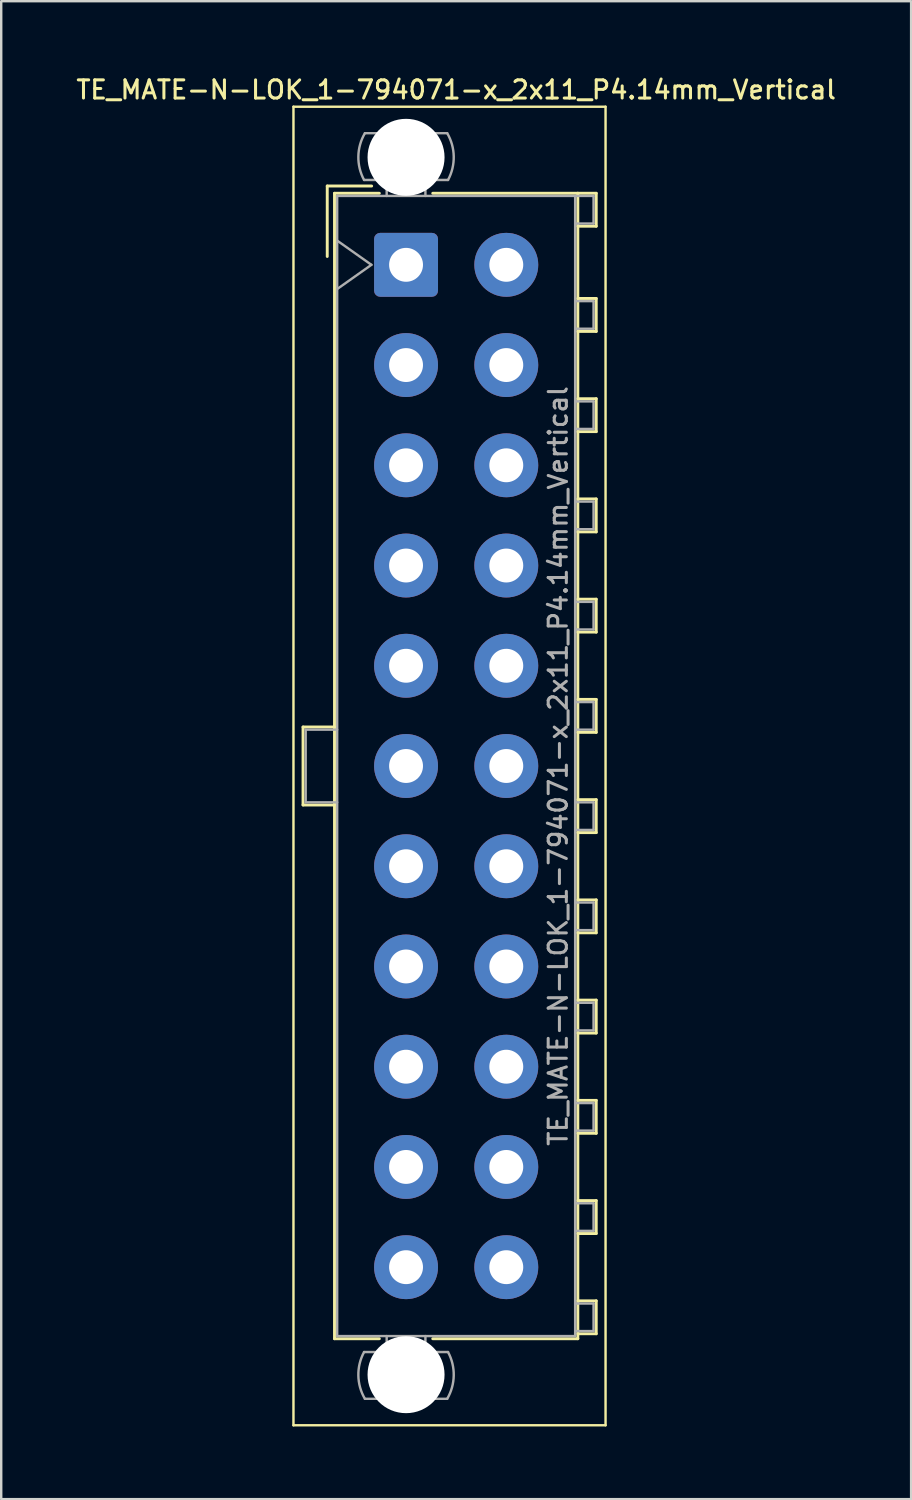
<source format=kicad_pcb>
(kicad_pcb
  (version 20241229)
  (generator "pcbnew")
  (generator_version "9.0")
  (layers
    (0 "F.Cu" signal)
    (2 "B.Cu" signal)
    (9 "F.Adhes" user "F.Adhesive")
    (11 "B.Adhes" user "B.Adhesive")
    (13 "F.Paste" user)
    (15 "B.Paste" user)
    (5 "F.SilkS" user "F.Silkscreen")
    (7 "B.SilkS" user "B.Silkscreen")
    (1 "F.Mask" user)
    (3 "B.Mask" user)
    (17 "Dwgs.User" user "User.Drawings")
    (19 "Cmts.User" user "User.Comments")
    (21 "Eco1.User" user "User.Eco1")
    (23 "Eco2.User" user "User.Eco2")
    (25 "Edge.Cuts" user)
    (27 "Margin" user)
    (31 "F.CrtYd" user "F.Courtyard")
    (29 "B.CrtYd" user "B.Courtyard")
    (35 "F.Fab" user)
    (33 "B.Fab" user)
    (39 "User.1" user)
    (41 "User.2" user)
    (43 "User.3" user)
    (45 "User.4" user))
  (footprint "TE_MATE-N-LOK_1-794071-x_2x11_P4.14mm_Vertical"
    (layer "F.Cu")
    (at 13.721 7.888)
    (property "Reference" "TE_MATE-N-LOK_1-794071-x_2x11_P4.14mm_Vertical" (at 2.07 -7.23 0) (layer "F.SilkS") (effects (font (size 0.75 0.75) (thickness 0.125))))
    (attr through_hole)
    (fp_line (start -4.65 -6.53) (end -4.65 47.93) (stroke (width 0.1) (type solid)) (layer "F.SilkS"))
    (fp_line (start -4.65 47.93) (end 8.24 47.93) (stroke (width 0.1) (type solid)) (layer "F.SilkS"))
    (fp_line (start -4.255 19.09) (end -4.255 22.31) (stroke (width 0.12) (type solid)) (layer "F.SilkS"))
    (fp_line (start -4.255 22.31) (end -2.955 22.31) (stroke (width 0.12) (type solid)) (layer "F.SilkS"))
    (fp_line (start -3.255 -3.255) (end -3.255 -0.345) (stroke (width 0.12) (type solid)) (layer "F.SilkS"))
    (fp_line (start -2.955 -2.955) (end -2.955 44.355) (stroke (width 0.12) (type solid)) (layer "F.SilkS"))
    (fp_line (start -2.955 19.09) (end -4.255 19.09) (stroke (width 0.12) (type solid)) (layer "F.SilkS"))
    (fp_line (start -2.955 44.355) (end -1.103 44.355) (stroke (width 0.12) (type solid)) (layer "F.SilkS"))
    (fp_line (start -1.421 -3.255) (end -3.255 -3.255) (stroke (width 0.12) (type solid)) (layer "F.SilkS"))
    (fp_line (start -1.103 -2.955) (end -2.955 -2.955) (stroke (width 0.12) (type solid)) (layer "F.SilkS"))
    (fp_line (start 1.103 -2.955) (end 7.095 -2.955) (stroke (width 0.12) (type solid)) (layer "F.SilkS"))
    (fp_line (start 7.095 -2.955) (end 7.095 44.355) (stroke (width 0.12) (type solid)) (layer "F.SilkS"))
    (fp_line (start 7.095 -2.955) (end 7.855 -2.955) (stroke (width 0.12) (type solid)) (layer "F.SilkS"))
    (fp_line (start 7.095 1.39) (end 7.855 1.39) (stroke (width 0.12) (type solid)) (layer "F.SilkS"))
    (fp_line (start 7.095 5.53) (end 7.855 5.53) (stroke (width 0.12) (type solid)) (layer "F.SilkS"))
    (fp_line (start 7.095 9.67) (end 7.855 9.67) (stroke (width 0.12) (type solid)) (layer "F.SilkS"))
    (fp_line (start 7.095 13.81) (end 7.855 13.81) (stroke (width 0.12) (type solid)) (layer "F.SilkS"))
    (fp_line (start 7.095 17.95) (end 7.855 17.95) (stroke (width 0.12) (type solid)) (layer "F.SilkS"))
    (fp_line (start 7.095 22.09) (end 7.855 22.09) (stroke (width 0.12) (type solid)) (layer "F.SilkS"))
    (fp_line (start 7.095 26.23) (end 7.855 26.23) (stroke (width 0.12) (type solid)) (layer "F.SilkS"))
    (fp_line (start 7.095 30.37) (end 7.855 30.37) (stroke (width 0.12) (type solid)) (layer "F.SilkS"))
    (fp_line (start 7.095 34.51) (end 7.855 34.51) (stroke (width 0.12) (type solid)) (layer "F.SilkS"))
    (fp_line (start 7.095 38.65) (end 7.855 38.65) (stroke (width 0.12) (type solid)) (layer "F.SilkS"))
    (fp_line (start 7.095 42.79) (end 7.855 42.79) (stroke (width 0.12) (type solid)) (layer "F.SilkS"))
    (fp_line (start 7.095 44.355) (end 1.103 44.355) (stroke (width 0.12) (type solid)) (layer "F.SilkS"))
    (fp_line (start 7.855 -2.955) (end 7.855 -1.595) (stroke (width 0.12) (type solid)) (layer "F.SilkS"))
    (fp_line (start 7.855 -1.595) (end 7.095 -1.595) (stroke (width 0.12) (type solid)) (layer "F.SilkS"))
    (fp_line (start 7.855 1.39) (end 7.855 2.75) (stroke (width 0.12) (type solid)) (layer "F.SilkS"))
    (fp_line (start 7.855 2.75) (end 7.095 2.75) (stroke (width 0.12) (type solid)) (layer "F.SilkS"))
    (fp_line (start 7.855 5.53) (end 7.855 6.89) (stroke (width 0.12) (type solid)) (layer "F.SilkS"))
    (fp_line (start 7.855 6.89) (end 7.095 6.89) (stroke (width 0.12) (type solid)) (layer "F.SilkS"))
    (fp_line (start 7.855 9.67) (end 7.855 11.03) (stroke (width 0.12) (type solid)) (layer "F.SilkS"))
    (fp_line (start 7.855 11.03) (end 7.095 11.03) (stroke (width 0.12) (type solid)) (layer "F.SilkS"))
    (fp_line (start 7.855 13.81) (end 7.855 15.17) (stroke (width 0.12) (type solid)) (layer "F.SilkS"))
    (fp_line (start 7.855 15.17) (end 7.095 15.17) (stroke (width 0.12) (type solid)) (layer "F.SilkS"))
    (fp_line (start 7.855 17.95) (end 7.855 19.31) (stroke (width 0.12) (type solid)) (layer "F.SilkS"))
    (fp_line (start 7.855 19.31) (end 7.095 19.31) (stroke (width 0.12) (type solid)) (layer "F.SilkS"))
    (fp_line (start 7.855 22.09) (end 7.855 23.45) (stroke (width 0.12) (type solid)) (layer "F.SilkS"))
    (fp_line (start 7.855 23.45) (end 7.095 23.45) (stroke (width 0.12) (type solid)) (layer "F.SilkS"))
    (fp_line (start 7.855 26.23) (end 7.855 27.59) (stroke (width 0.12) (type solid)) (layer "F.SilkS"))
    (fp_line (start 7.855 27.59) (end 7.095 27.59) (stroke (width 0.12) (type solid)) (layer "F.SilkS"))
    (fp_line (start 7.855 30.37) (end 7.855 31.73) (stroke (width 0.12) (type solid)) (layer "F.SilkS"))
    (fp_line (start 7.855 31.73) (end 7.095 31.73) (stroke (width 0.12) (type solid)) (layer "F.SilkS"))
    (fp_line (start 7.855 34.51) (end 7.855 35.87) (stroke (width 0.12) (type solid)) (layer "F.SilkS"))
    (fp_line (start 7.855 35.87) (end 7.095 35.87) (stroke (width 0.12) (type solid)) (layer "F.SilkS"))
    (fp_line (start 7.855 38.65) (end 7.855 40.01) (stroke (width 0.12) (type solid)) (layer "F.SilkS"))
    (fp_line (start 7.855 40.01) (end 7.095 40.01) (stroke (width 0.12) (type solid)) (layer "F.SilkS"))
    (fp_line (start 7.855 42.79) (end 7.855 44.15) (stroke (width 0.12) (type solid)) (layer "F.SilkS"))
    (fp_line (start 7.855 44.15) (end 7.095 44.15) (stroke (width 0.12) (type solid)) (layer "F.SilkS"))
    (fp_line (start 8.24 -6.53) (end -4.65 -6.53) (stroke (width 0.1) (type solid)) (layer "F.SilkS"))
    (fp_line (start 8.24 47.93) (end 8.24 -6.53) (stroke (width 0.1) (type solid)) (layer "F.SilkS"))
    (fp_line (start -4.145 19.2) (end -4.145 22.2) (stroke (width 0.1) (type solid)) (layer "F.Fab"))
    (fp_line (start -4.145 22.2) (end -2.845 22.2) (stroke (width 0.1) (type solid)) (layer "F.Fab"))
    (fp_line (start -2.845 -2.845) (end -2.845 44.245) (stroke (width 0.1) (type solid)) (layer "F.Fab"))
    (fp_line (start -2.845 -1) (end -1.431 0) (stroke (width 0.1) (type solid)) (layer "F.Fab"))
    (fp_line (start -2.845 19.2) (end -4.145 19.2) (stroke (width 0.1) (type solid)) (layer "F.Fab"))
    (fp_line (start -2.845 44.245) (end 6.985 44.245) (stroke (width 0.1) (type solid)) (layer "F.Fab"))
    (fp_line (start -1.431 0) (end -2.845 1) (stroke (width 0.1) (type solid)) (layer "F.Fab"))
    (fp_line (start -0.8 -2.845) (end -0.8 -3.505) (stroke (width 0.1) (type solid)) (layer "F.Fab"))
    (fp_line (start -0.8 44.245) (end -0.8 44.905) (stroke (width 0.1) (type solid)) (layer "F.Fab"))
    (fp_line (start 0.8 -2.845) (end 0.8 -3.505) (stroke (width 0.1) (type solid)) (layer "F.Fab"))
    (fp_line (start 0.8 44.245) (end 0.8 44.905) (stroke (width 0.1) (type solid)) (layer "F.Fab"))
    (fp_line (start 1.7 -5.436) (end -1.7 -5.436) (stroke (width 0.1) (type solid)) (layer "F.Fab"))
    (fp_line (start 1.7 46.836) (end -1.7 46.836) (stroke (width 0.1) (type solid)) (layer "F.Fab"))
    (fp_line (start 1.734 -3.505) (end -1.734 -3.505) (stroke (width 0.1) (type solid)) (layer "F.Fab"))
    (fp_line (start 1.734 44.905) (end -1.734 44.905) (stroke (width 0.1) (type solid)) (layer "F.Fab"))
    (fp_line (start 6.985 -2.845) (end -2.845 -2.845) (stroke (width 0.1) (type solid)) (layer "F.Fab"))
    (fp_line (start 6.985 -2.845) (end 7.745 -2.845) (stroke (width 0.1) (type solid)) (layer "F.Fab"))
    (fp_line (start 6.985 1.5) (end 7.745 1.5) (stroke (width 0.1) (type solid)) (layer "F.Fab"))
    (fp_line (start 6.985 5.64) (end 7.745 5.64) (stroke (width 0.1) (type solid)) (layer "F.Fab"))
    (fp_line (start 6.985 9.78) (end 7.745 9.78) (stroke (width 0.1) (type solid)) (layer "F.Fab"))
    (fp_line (start 6.985 13.92) (end 7.745 13.92) (stroke (width 0.1) (type solid)) (layer "F.Fab"))
    (fp_line (start 6.985 18.06) (end 7.745 18.06) (stroke (width 0.1) (type solid)) (layer "F.Fab"))
    (fp_line (start 6.985 22.2) (end 7.745 22.2) (stroke (width 0.1) (type solid)) (layer "F.Fab"))
    (fp_line (start 6.985 26.34) (end 7.745 26.34) (stroke (width 0.1) (type solid)) (layer "F.Fab"))
    (fp_line (start 6.985 30.48) (end 7.745 30.48) (stroke (width 0.1) (type solid)) (layer "F.Fab"))
    (fp_line (start 6.985 34.62) (end 7.745 34.62) (stroke (width 0.1) (type solid)) (layer "F.Fab"))
    (fp_line (start 6.985 38.76) (end 7.745 38.76) (stroke (width 0.1) (type solid)) (layer "F.Fab"))
    (fp_line (start 6.985 42.9) (end 7.745 42.9) (stroke (width 0.1) (type solid)) (layer "F.Fab"))
    (fp_line (start 6.985 44.245) (end 6.985 -2.845) (stroke (width 0.1) (type solid)) (layer "F.Fab"))
    (fp_line (start 7.745 -2.845) (end 7.745 -1.705) (stroke (width 0.1) (type solid)) (layer "F.Fab"))
    (fp_line (start 7.745 -1.705) (end 6.985 -1.705) (stroke (width 0.1) (type solid)) (layer "F.Fab"))
    (fp_line (start 7.745 1.5) (end 7.745 2.64) (stroke (width 0.1) (type solid)) (layer "F.Fab"))
    (fp_line (start 7.745 2.64) (end 6.985 2.64) (stroke (width 0.1) (type solid)) (layer "F.Fab"))
    (fp_line (start 7.745 5.64) (end 7.745 6.78) (stroke (width 0.1) (type solid)) (layer "F.Fab"))
    (fp_line (start 7.745 6.78) (end 6.985 6.78) (stroke (width 0.1) (type solid)) (layer "F.Fab"))
    (fp_line (start 7.745 9.78) (end 7.745 10.92) (stroke (width 0.1) (type solid)) (layer "F.Fab"))
    (fp_line (start 7.745 10.92) (end 6.985 10.92) (stroke (width 0.1) (type solid)) (layer "F.Fab"))
    (fp_line (start 7.745 13.92) (end 7.745 15.06) (stroke (width 0.1) (type solid)) (layer "F.Fab"))
    (fp_line (start 7.745 15.06) (end 6.985 15.06) (stroke (width 0.1) (type solid)) (layer "F.Fab"))
    (fp_line (start 7.745 18.06) (end 7.745 19.2) (stroke (width 0.1) (type solid)) (layer "F.Fab"))
    (fp_line (start 7.745 19.2) (end 6.985 19.2) (stroke (width 0.1) (type solid)) (layer "F.Fab"))
    (fp_line (start 7.745 22.2) (end 7.745 23.34) (stroke (width 0.1) (type solid)) (layer "F.Fab"))
    (fp_line (start 7.745 23.34) (end 6.985 23.34) (stroke (width 0.1) (type solid)) (layer "F.Fab"))
    (fp_line (start 7.745 26.34) (end 7.745 27.48) (stroke (width 0.1) (type solid)) (layer "F.Fab"))
    (fp_line (start 7.745 27.48) (end 6.985 27.48) (stroke (width 0.1) (type solid)) (layer "F.Fab"))
    (fp_line (start 7.745 30.48) (end 7.745 31.62) (stroke (width 0.1) (type solid)) (layer "F.Fab"))
    (fp_line (start 7.745 31.62) (end 6.985 31.62) (stroke (width 0.1) (type solid)) (layer "F.Fab"))
    (fp_line (start 7.745 34.62) (end 7.745 35.76) (stroke (width 0.1) (type solid)) (layer "F.Fab"))
    (fp_line (start 7.745 35.76) (end 6.985 35.76) (stroke (width 0.1) (type solid)) (layer "F.Fab"))
    (fp_line (start 7.745 38.76) (end 7.745 39.9) (stroke (width 0.1) (type solid)) (layer "F.Fab"))
    (fp_line (start 7.745 39.9) (end 6.985 39.9) (stroke (width 0.1) (type solid)) (layer "F.Fab"))
    (fp_line (start 7.745 42.9) (end 7.745 44.04) (stroke (width 0.1) (type solid)) (layer "F.Fab"))
    (fp_line (start 7.745 44.04) (end 6.985 44.04) (stroke (width 0.1) (type solid)) (layer "F.Fab"))
    (fp_arc (start -1.733977 -3.505) (mid -1.96969 -4.474992) (end -1.699672 -5.436) (stroke (width 0.1) (type solid)) (layer "F.Fab"))
    (fp_arc (start -1.699672 46.836) (mid -1.969689 45.874992) (end -1.733977 44.905) (stroke (width 0.1) (type solid)) (layer "F.Fab"))
    (fp_arc (start 1.699672 -5.436) (mid 1.969689 -4.474992) (end 1.733977 -3.505) (stroke (width 0.1) (type solid)) (layer "F.Fab"))
    (fp_arc (start 1.733977 44.905) (mid 1.96969 45.874992) (end 1.699672 46.836) (stroke (width 0.1) (type solid)) (layer "F.Fab"))
    (fp_text user "${REFERENCE}" (at 6.28 20.7 90) (layer "F.Fab") (effects (font (size 0.75 0.75) (thickness 0.125))))
    (pad "" np_thru_hole circle (at 0 -4.44) (size 3.18 3.18) (drill 3.18) (layers "*.Cu" "*.Mask"))
    (pad "" np_thru_hole circle (at 0 45.84) (size 3.18 3.18) (drill 3.18) (layers "*.Cu" "*.Mask"))
    (pad "1" thru_hole roundrect (at 0 0) (size 2.64 2.64) (drill 1.4) (layers "*.Cu" "*.Mask") (roundrect_rratio 0.095))
    (pad "2" thru_hole circle (at 0 4.14) (size 2.64 2.64) (drill 1.4) (layers "*.Cu" "*.Mask"))
    (pad "3" thru_hole circle (at 0 8.28) (size 2.64 2.64) (drill 1.4) (layers "*.Cu" "*.Mask"))
    (pad "4" thru_hole circle (at 0 12.42) (size 2.64 2.64) (drill 1.4) (layers "*.Cu" "*.Mask"))
    (pad "5" thru_hole circle (at 0 16.56) (size 2.64 2.64) (drill 1.4) (layers "*.Cu" "*.Mask"))
    (pad "6" thru_hole circle (at 0 20.7) (size 2.64 2.64) (drill 1.4) (layers "*.Cu" "*.Mask"))
    (pad "7" thru_hole circle (at 0 24.84) (size 2.64 2.64) (drill 1.4) (layers "*.Cu" "*.Mask"))
    (pad "8" thru_hole circle (at 0 28.98) (size 2.64 2.64) (drill 1.4) (layers "*.Cu" "*.Mask"))
    (pad "9" thru_hole circle (at 0 33.12) (size 2.64 2.64) (drill 1.4) (layers "*.Cu" "*.Mask"))
    (pad "10" thru_hole circle (at 0 37.26) (size 2.64 2.64) (drill 1.4) (layers "*.Cu" "*.Mask"))
    (pad "11" thru_hole circle (at 0 41.4) (size 2.64 2.64) (drill 1.4) (layers "*.Cu" "*.Mask"))
    (pad "12" thru_hole circle (at 4.14 0) (size 2.64 2.64) (drill 1.4) (layers "*.Cu" "*.Mask"))
    (pad "13" thru_hole circle (at 4.14 4.14) (size 2.64 2.64) (drill 1.4) (layers "*.Cu" "*.Mask"))
    (pad "14" thru_hole circle (at 4.14 8.28) (size 2.64 2.64) (drill 1.4) (layers "*.Cu" "*.Mask"))
    (pad "15" thru_hole circle (at 4.14 12.42) (size 2.64 2.64) (drill 1.4) (layers "*.Cu" "*.Mask"))
    (pad "16" thru_hole circle (at 4.14 16.56) (size 2.64 2.64) (drill 1.4) (layers "*.Cu" "*.Mask"))
    (pad "17" thru_hole circle (at 4.14 20.7) (size 2.64 2.64) (drill 1.4) (layers "*.Cu" "*.Mask"))
    (pad "18" thru_hole circle (at 4.14 24.84) (size 2.64 2.64) (drill 1.4) (layers "*.Cu" "*.Mask"))
    (pad "19" thru_hole circle (at 4.14 28.98) (size 2.64 2.64) (drill 1.4) (layers "*.Cu" "*.Mask"))
    (pad "20" thru_hole circle (at 4.14 33.12) (size 2.64 2.64) (drill 1.4) (layers "*.Cu" "*.Mask"))
    (pad "21" thru_hole circle (at 4.14 37.26) (size 2.64 2.64) (drill 1.4) (layers "*.Cu" "*.Mask"))
    (pad "22" thru_hole circle (at 4.14 41.4) (size 2.64 2.64) (drill 1.4) (layers "*.Cu" "*.Mask")))
  (gr_rect
    (start -3 -3)
    (end 34.582 58.868)
    (stroke (width 0.1) (type default))
    (fill no)
    (layer "Edge.Cuts")))
</source>
